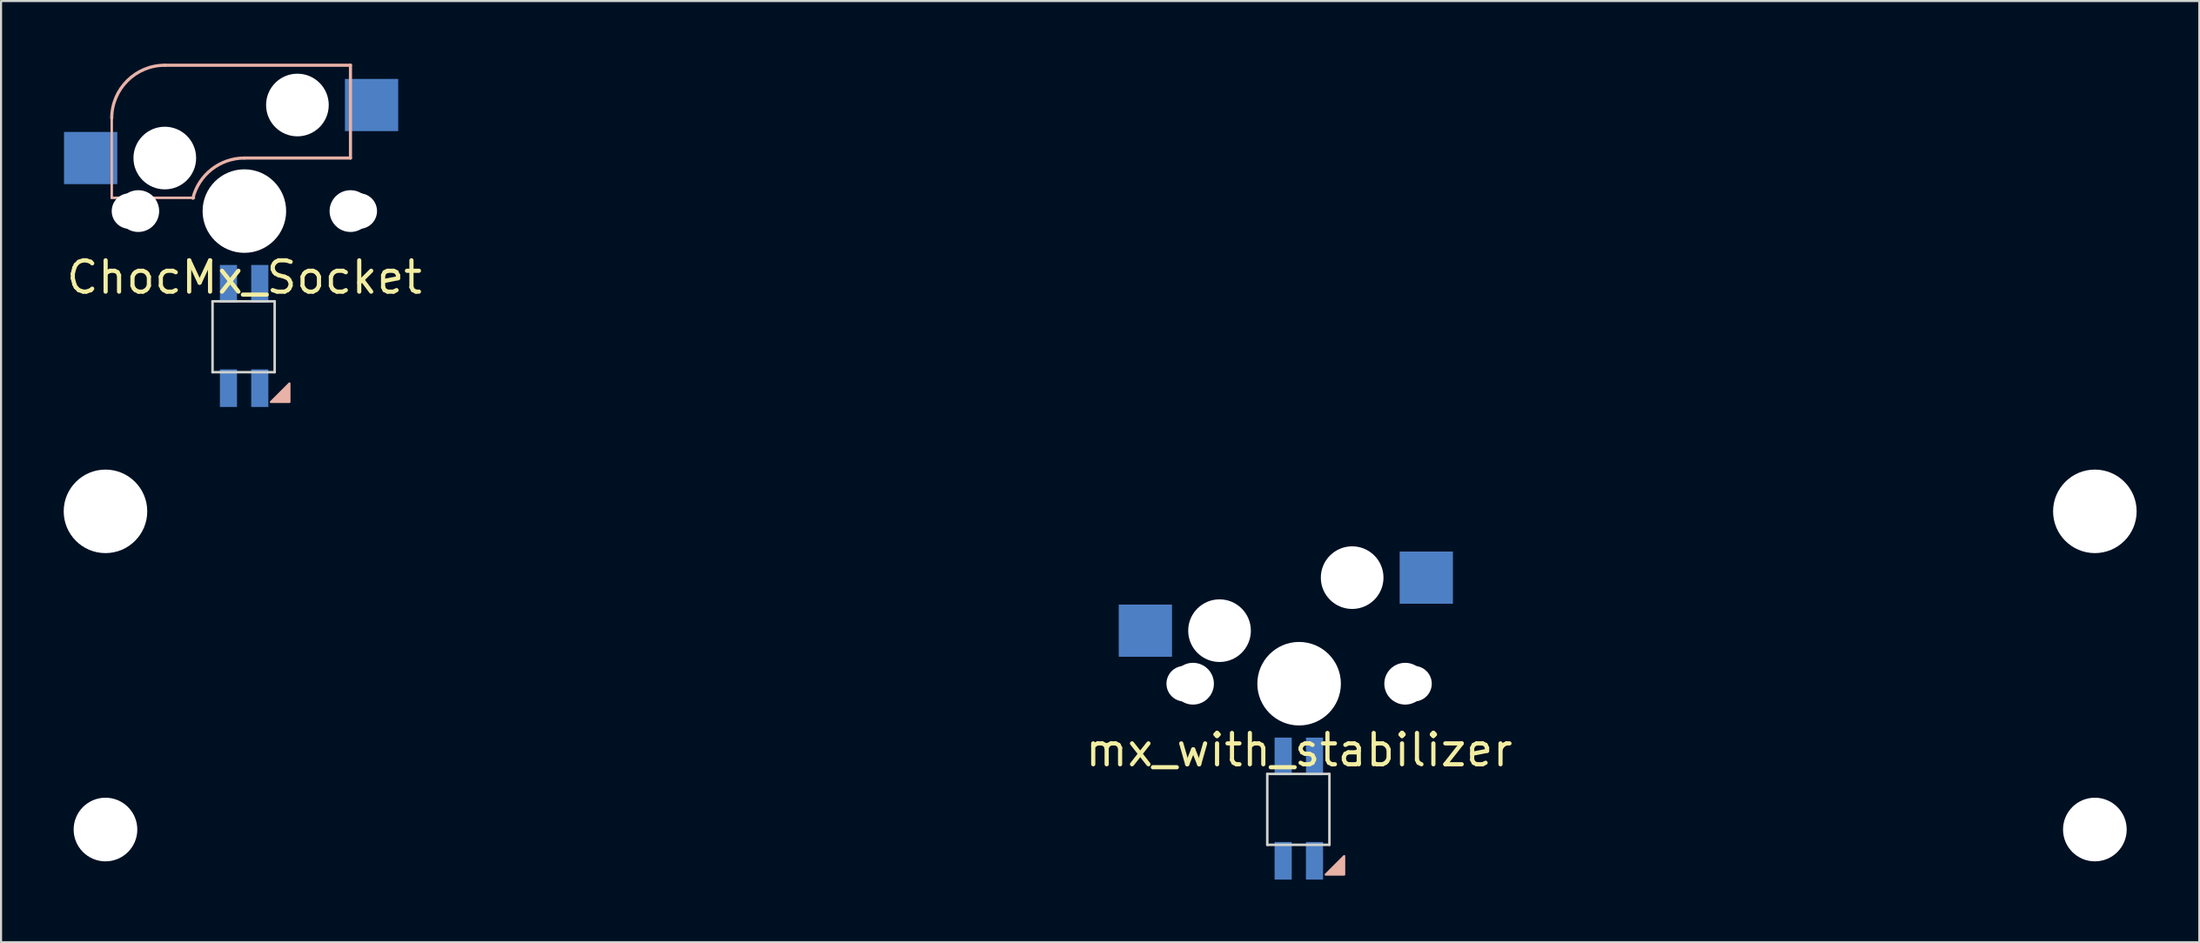
<source format=kicad_pcb>
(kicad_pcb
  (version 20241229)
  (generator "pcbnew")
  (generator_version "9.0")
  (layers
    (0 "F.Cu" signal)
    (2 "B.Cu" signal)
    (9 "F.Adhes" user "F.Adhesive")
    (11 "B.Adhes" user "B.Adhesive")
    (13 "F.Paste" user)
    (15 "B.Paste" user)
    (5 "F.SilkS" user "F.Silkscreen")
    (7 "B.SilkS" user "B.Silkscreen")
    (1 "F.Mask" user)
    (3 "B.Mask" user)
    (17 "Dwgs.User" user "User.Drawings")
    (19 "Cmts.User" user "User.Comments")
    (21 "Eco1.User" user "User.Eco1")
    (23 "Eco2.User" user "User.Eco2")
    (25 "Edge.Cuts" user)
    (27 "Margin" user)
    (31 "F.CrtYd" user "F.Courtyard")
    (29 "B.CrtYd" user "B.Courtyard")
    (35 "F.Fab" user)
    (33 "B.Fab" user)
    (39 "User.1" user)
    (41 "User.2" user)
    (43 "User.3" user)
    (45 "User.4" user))
  (footprint "mx_with_stabilizer"
    (layer "F.Cu")
    (at 49.625 29.697)
    (property "Reference" "mx_with_stabilizer" (at 9.525 3.175 180) (layer "F.SilkS") (effects (font (size 1.5 1.5) (thickness 0.2))))
    (attr through_hole)
    (fp_arc (start 9.275 0) (mid 9.525 -0.25) (end 9.775 0) (stroke (width 0.1) (type solid)) (layer "B.SilkS"))
    (fp_arc (start 9.775 0) (mid 9.525 0.25) (end 9.275 0) (stroke (width 0.1) (type solid)) (layer "B.SilkS"))
    (fp_poly (pts (xy 11.684 9.144) (xy 11.684 8.255) (xy 10.795 9.144)) (stroke (width 0.1) (type solid)) (fill yes) (layer "B.SilkS"))
    (fp_line (start 8.001 4.322) (end 8.001 7.717) (stroke (width 0.12) (type solid)) (layer "Edge.Cuts"))
    (fp_line (start 8.001 4.322) (end 10.976 4.322) (stroke (width 0.12) (type solid)) (layer "Edge.Cuts"))
    (fp_line (start 10.976 4.322) (end 10.976 7.717) (stroke (width 0.12) (type solid)) (layer "Edge.Cuts"))
    (fp_line (start 10.976 7.717) (end 8.001 7.717) (stroke (width 0.12) (type solid)) (layer "Edge.Cuts"))
    (pad "" np_thru_hole circle (at -47.625 -8.255) (size 4 4) (drill 4) (layers "*.Cu" "*.Mask"))
    (pad "" np_thru_hole circle (at -47.625 6.985) (size 3.048 3.048) (drill 3.048) (layers "*.Cu" "*.Mask"))
    (pad "" np_thru_hole circle (at 4.025 0) (size 1.702 1.702) (drill 1.702) (layers "*.Cu" "*.Mask"))
    (pad "" np_thru_hole circle (at 4.445 0) (size 2 2) (drill 2) (layers "*.Cu" "*.Mask"))
    (pad "" np_thru_hole circle (at 5.715 -2.54) (size 3 3) (drill 3) (layers "*.Cu" "*.Mask"))
    (pad "" np_thru_hole circle (at 9.525 0) (size 4 4) (drill 4) (layers "*.Cu" "*.Mask"))
    (pad "" np_thru_hole circle (at 12.065 -5.08) (size 3 3) (drill 3) (layers "*.Cu" "*.Mask"))
    (pad "" np_thru_hole circle (at 14.605 0) (size 2 2) (drill 2) (layers "*.Cu" "*.Mask"))
    (pad "" np_thru_hole circle (at 15.025 0) (size 1.702 1.702) (drill 1.702) (layers "*.Cu" "*.Mask"))
    (pad "" np_thru_hole circle (at 47.625 -8.255) (size 4 4) (drill 4) (layers "*.Cu" "*.Mask"))
    (pad "" np_thru_hole circle (at 47.625 6.985) (size 3.048 3.048) (drill 3.048) (layers "*.Cu" "*.Mask"))
    (pad "1" smd rect (at 2.165 -2.54) (size 2.55 2.5) (layers "B.Cu" "B.Mask" "B.Paste"))
    (pad "2" smd rect (at 15.615 -5.08) (size 2.55 2.5) (layers "B.Cu" "B.Mask" "B.Paste"))
    (pad "9" smd rect (at 10.262 3.482 90) (size 1.8 0.82) (layers "B.Cu" "B.Mask" "B.Paste"))
    (pad "10" smd rect (at 8.762 3.482 90) (size 1.8 0.82) (layers "B.Cu" "B.Mask" "B.Paste"))
    (pad "11" smd rect (at 8.762 8.482 90) (size 1.8 0.82) (layers "B.Cu" "B.Mask" "B.Paste"))
    (pad "12" smd rect (at 10.262 8.482 90) (size 1.8 0.82) (layers "B.Cu" "B.Mask" "B.Paste")))
  (footprint "ChocMx_Socket"
    (layer "F.Cu")
    (at 8.65 7.06)
    (property "Reference" "ChocMx_Socket" (at 0 3.175 180) (layer "F.SilkS") (effects (font (size 1.5 1.5) (thickness 0.2))))
    (attr through_hole)
    (fp_line (start -6.35 -4.445) (end -6.35 -0.635) (stroke (width 0.12) (type solid)) (layer "B.SilkS"))
    (fp_line (start -3.81 -6.985) (end 5.08 -6.985) (stroke (width 0.15) (type solid)) (layer "B.SilkS"))
    (fp_line (start -2.413 -0.635) (end -6.35 -0.635) (stroke (width 0.12) (type solid)) (layer "B.SilkS"))
    (fp_line (start 0 -2.54) (end 5.08 -2.54) (stroke (width 0.15) (type solid)) (layer "B.SilkS"))
    (fp_line (start 5.08 -6.985) (end 5.08 -2.54) (stroke (width 0.15) (type solid)) (layer "B.SilkS"))
    (fp_arc (start -6.35 -4.445) (mid -5.606051 -6.241051) (end -3.81 -6.985) (stroke (width 0.15) (type solid)) (layer "B.SilkS"))
    (fp_arc (start -2.464551 -0.614482) (mid -1.56378 -2.001547) (end 0 -2.54) (stroke (width 0.15) (type solid)) (layer "B.SilkS"))
    (fp_arc (start -0.25 0) (mid 0 -0.25) (end 0.25 0) (stroke (width 0.1) (type solid)) (layer "B.SilkS"))
    (fp_arc (start 0.25 0) (mid 0 0.25) (end -0.25 0) (stroke (width 0.1) (type solid)) (layer "B.SilkS"))
    (fp_poly (pts (xy 2.159 9.144) (xy 2.159 8.255) (xy 1.27 9.144)) (stroke (width 0.1) (type solid)) (fill yes) (layer "B.SilkS"))
    (fp_line (start -1.524 4.322) (end -1.524 7.717) (stroke (width 0.12) (type solid)) (layer "Edge.Cuts"))
    (fp_line (start -1.524 4.322) (end 1.451 4.322) (stroke (width 0.12) (type solid)) (layer "Edge.Cuts"))
    (fp_line (start 1.451 4.322) (end 1.451 7.717) (stroke (width 0.12) (type solid)) (layer "Edge.Cuts"))
    (fp_line (start 1.451 7.717) (end -1.524 7.717) (stroke (width 0.12) (type solid)) (layer "Edge.Cuts"))
    (pad "" np_thru_hole circle (at -5.5 0) (size 1.702 1.702) (drill 1.702) (layers "*.Cu" "*.Mask"))
    (pad "" np_thru_hole circle (at -5.08 0) (size 2 2) (drill 2) (layers "*.Cu" "*.Mask"))
    (pad "" np_thru_hole circle (at -3.81 -2.54) (size 3 3) (drill 3) (layers "*.Cu" "*.Mask"))
    (pad "" np_thru_hole circle (at 0 0) (size 3.429 3.429) (drill 3.429) (layers "*.Cu" "*.Mask"))
    (pad "" np_thru_hole circle (at 0 0) (size 4 4) (drill 4) (layers "*.Cu" "*.Mask"))
    (pad "" np_thru_hole circle (at 2.54 -5.08) (size 3 3) (drill 3) (layers "*.Cu" "*.Mask"))
    (pad "" np_thru_hole circle (at 5.08 0) (size 2 2) (drill 2) (layers "*.Cu" "*.Mask"))
    (pad "" np_thru_hole circle (at 5.5 0) (size 1.702 1.702) (drill 1.702) (layers "*.Cu" "*.Mask"))
    (pad "1" smd rect (at -7.36 -2.54) (size 2.55 2.5) (layers "B.Cu" "B.Mask" "B.Paste"))
    (pad "2" smd rect (at 6.09 -5.08) (size 2.55 2.5) (layers "B.Cu" "B.Mask" "B.Paste"))
    (pad "9" smd rect (at 0.738 3.482 90) (size 1.8 0.82) (layers "B.Cu" "B.Mask" "B.Paste"))
    (pad "10" smd rect (at -0.762 3.482 90) (size 1.8 0.82) (layers "B.Cu" "B.Mask" "B.Paste"))
    (pad "11" smd rect (at -0.762 8.482 90) (size 1.8 0.82) (layers "B.Cu" "B.Mask" "B.Paste"))
    (pad "12" smd rect (at 0.738 8.482 90) (size 1.8 0.82) (layers "B.Cu" "B.Mask" "B.Paste")))
  (gr_rect
    (start -3 -3)
    (end 102.25 42.078)
    (stroke (width 0.1) (type default))
    (fill no)
    (layer "Edge.Cuts")))
</source>
